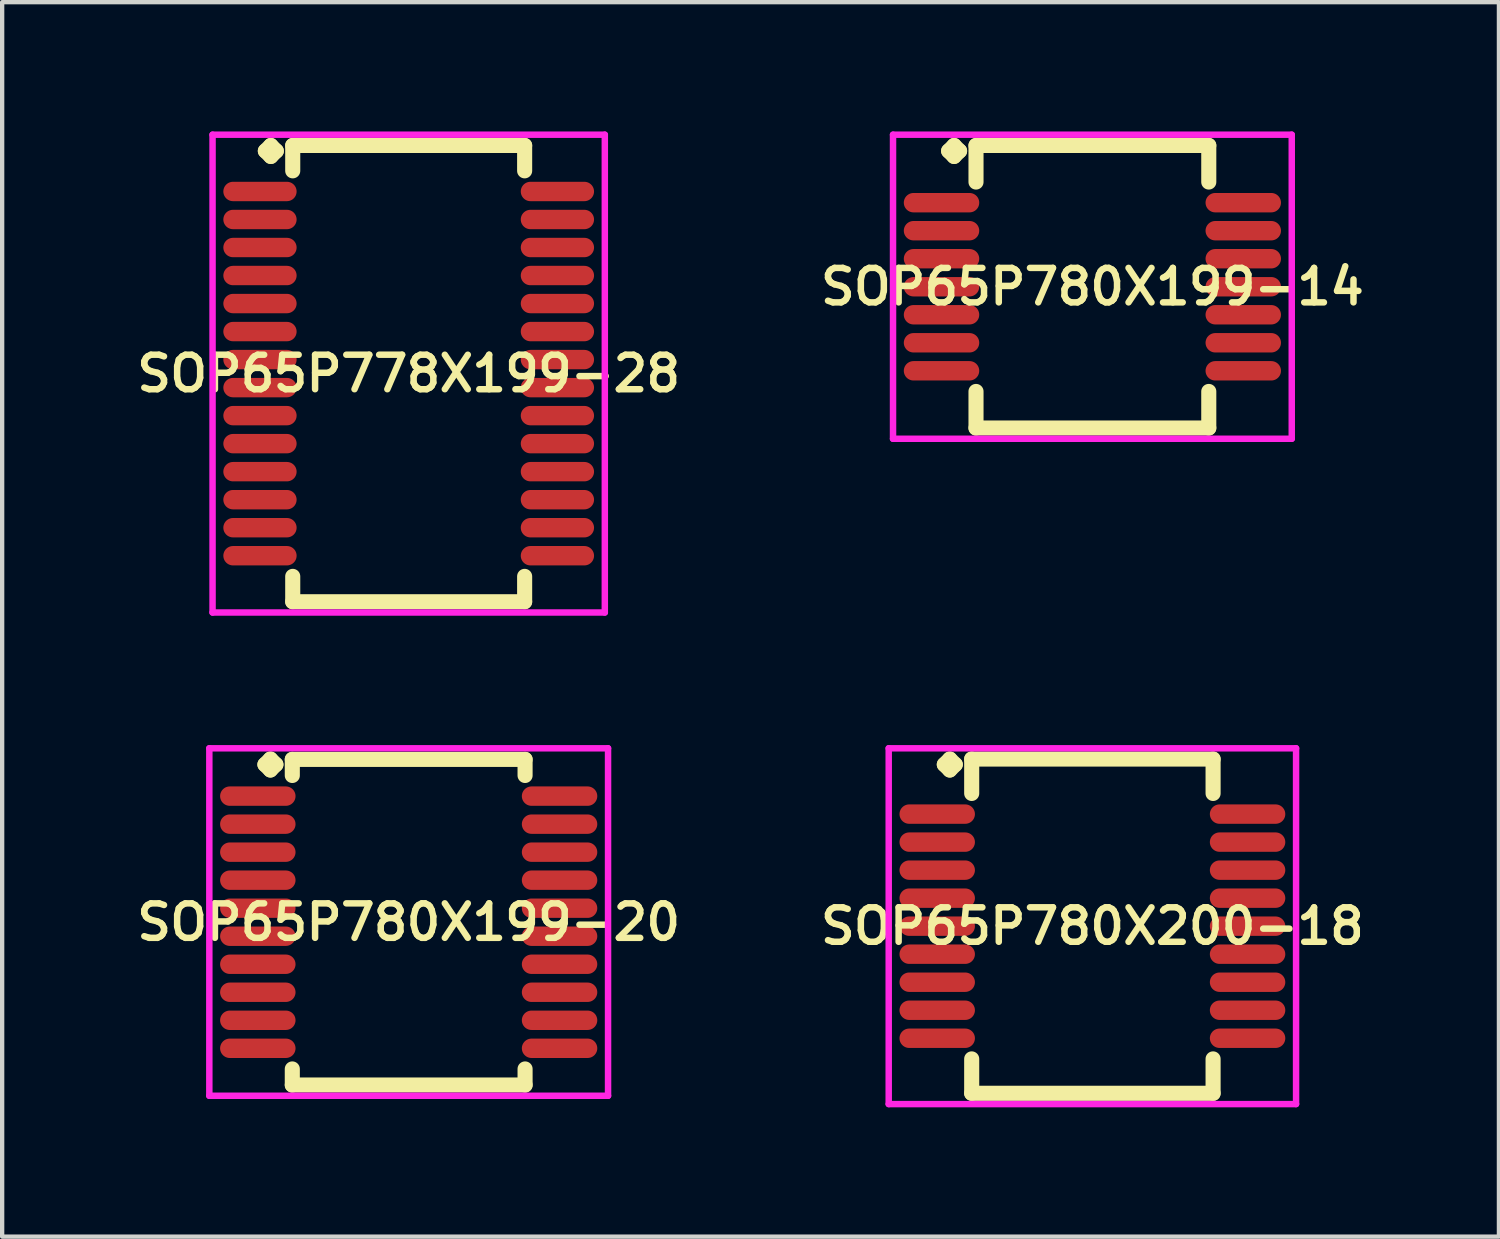
<source format=kicad_pcb>
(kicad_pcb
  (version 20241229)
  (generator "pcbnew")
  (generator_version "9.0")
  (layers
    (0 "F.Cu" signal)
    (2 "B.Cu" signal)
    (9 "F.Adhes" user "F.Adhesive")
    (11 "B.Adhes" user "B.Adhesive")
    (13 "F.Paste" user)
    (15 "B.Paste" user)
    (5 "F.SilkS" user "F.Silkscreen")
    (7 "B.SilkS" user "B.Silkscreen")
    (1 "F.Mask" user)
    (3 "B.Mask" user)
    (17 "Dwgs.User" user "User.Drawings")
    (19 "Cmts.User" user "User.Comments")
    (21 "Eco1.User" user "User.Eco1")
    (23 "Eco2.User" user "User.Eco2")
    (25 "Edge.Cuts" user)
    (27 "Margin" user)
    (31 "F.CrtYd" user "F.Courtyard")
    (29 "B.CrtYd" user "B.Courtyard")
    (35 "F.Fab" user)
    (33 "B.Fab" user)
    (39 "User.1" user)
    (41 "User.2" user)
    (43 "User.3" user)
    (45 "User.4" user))
  (footprint "SOP65P778X199-28"
    (layer "F.Cu")
    (at 6.431 5.617)
    (property "Reference" "SOP65P778X199-28" (at 0 0 0) (layer "F.SilkS") (effects (font (size 0.8 0.8) (thickness 0.15))))
    (attr smd)
    (fp_line (start -3.325 -5.165) (end -3.198 -5.292) (stroke (width 0.35) (type solid)) (layer "F.SilkS"))
    (fp_line (start -3.198 -5.292) (end -3.071 -5.165) (stroke (width 0.35) (type solid)) (layer "F.SilkS"))
    (fp_line (start -3.198 -5.038) (end -3.325 -5.165) (stroke (width 0.35) (type solid)) (layer "F.SilkS"))
    (fp_line (start -3.071 -5.165) (end -3.198 -5.038) (stroke (width 0.35) (type solid)) (layer "F.SilkS"))
    (fp_line (start -2.69 -5.292) (end 2.69 -5.292) (stroke (width 0.35) (type solid)) (layer "F.SilkS"))
    (fp_line (start -2.69 -4.704) (end -2.69 -5.292) (stroke (width 0.35) (type solid)) (layer "F.SilkS"))
    (fp_line (start -2.69 4.704) (end -2.69 5.292) (stroke (width 0.35) (type solid)) (layer "F.SilkS"))
    (fp_line (start -2.69 5.292) (end 2.69 5.292) (stroke (width 0.35) (type solid)) (layer "F.SilkS"))
    (fp_line (start 2.69 -5.292) (end 2.69 -4.704) (stroke (width 0.35) (type solid)) (layer "F.SilkS"))
    (fp_line (start 2.69 5.292) (end 2.69 4.704) (stroke (width 0.35) (type solid)) (layer "F.SilkS"))
    (fp_line (start -4.55 -5.542) (end 4.55 -5.542) (stroke (width 0.15) (type solid)) (layer "F.CrtYd"))
    (fp_line (start -4.55 5.542) (end -4.55 -5.542) (stroke (width 0.15) (type solid)) (layer "F.CrtYd"))
    (fp_line (start 4.55 -5.542) (end 4.55 5.542) (stroke (width 0.15) (type solid)) (layer "F.CrtYd"))
    (fp_line (start 4.55 5.542) (end -4.55 5.542) (stroke (width 0.15) (type solid)) (layer "F.CrtYd"))
    (pad "1" smd oval (at -3.45 -4.225) (size 1.7 0.45) (layers "F.Cu" "F.Mask" "F.Paste"))
    (pad "2" smd oval (at -3.45 -3.575) (size 1.7 0.45) (layers "F.Cu" "F.Mask" "F.Paste"))
    (pad "3" smd oval (at -3.45 -2.925) (size 1.7 0.45) (layers "F.Cu" "F.Mask" "F.Paste"))
    (pad "4" smd oval (at -3.45 -2.275) (size 1.7 0.45) (layers "F.Cu" "F.Mask" "F.Paste"))
    (pad "5" smd oval (at -3.45 -1.625) (size 1.7 0.45) (layers "F.Cu" "F.Mask" "F.Paste"))
    (pad "6" smd oval (at -3.45 -0.975) (size 1.7 0.45) (layers "F.Cu" "F.Mask" "F.Paste"))
    (pad "7" smd oval (at -3.45 -0.325) (size 1.7 0.45) (layers "F.Cu" "F.Mask" "F.Paste"))
    (pad "8" smd oval (at -3.45 0.325) (size 1.7 0.45) (layers "F.Cu" "F.Mask" "F.Paste"))
    (pad "9" smd oval (at -3.45 0.975) (size 1.7 0.45) (layers "F.Cu" "F.Mask" "F.Paste"))
    (pad "10" smd oval (at -3.45 1.625) (size 1.7 0.45) (layers "F.Cu" "F.Mask" "F.Paste"))
    (pad "11" smd oval (at -3.45 2.275) (size 1.7 0.45) (layers "F.Cu" "F.Mask" "F.Paste"))
    (pad "12" smd oval (at -3.45 2.925) (size 1.7 0.45) (layers "F.Cu" "F.Mask" "F.Paste"))
    (pad "13" smd oval (at -3.45 3.575) (size 1.7 0.45) (layers "F.Cu" "F.Mask" "F.Paste"))
    (pad "14" smd oval (at -3.45 4.225) (size 1.7 0.45) (layers "F.Cu" "F.Mask" "F.Paste"))
    (pad "15" smd oval (at 3.45 4.225) (size 1.7 0.45) (layers "F.Cu" "F.Mask" "F.Paste"))
    (pad "16" smd oval (at 3.45 3.575) (size 1.7 0.45) (layers "F.Cu" "F.Mask" "F.Paste"))
    (pad "17" smd oval (at 3.45 2.925) (size 1.7 0.45) (layers "F.Cu" "F.Mask" "F.Paste"))
    (pad "18" smd oval (at 3.45 2.275) (size 1.7 0.45) (layers "F.Cu" "F.Mask" "F.Paste"))
    (pad "19" smd oval (at 3.45 1.625) (size 1.7 0.45) (layers "F.Cu" "F.Mask" "F.Paste"))
    (pad "20" smd oval (at 3.45 0.975) (size 1.7 0.45) (layers "F.Cu" "F.Mask" "F.Paste"))
    (pad "21" smd oval (at 3.45 0.325) (size 1.7 0.45) (layers "F.Cu" "F.Mask" "F.Paste"))
    (pad "22" smd oval (at 3.45 -0.325) (size 1.7 0.45) (layers "F.Cu" "F.Mask" "F.Paste"))
    (pad "23" smd oval (at 3.45 -0.975) (size 1.7 0.45) (layers "F.Cu" "F.Mask" "F.Paste"))
    (pad "24" smd oval (at 3.45 -1.625) (size 1.7 0.45) (layers "F.Cu" "F.Mask" "F.Paste"))
    (pad "25" smd oval (at 3.45 -2.275) (size 1.7 0.45) (layers "F.Cu" "F.Mask" "F.Paste"))
    (pad "26" smd oval (at 3.45 -2.925) (size 1.7 0.45) (layers "F.Cu" "F.Mask" "F.Paste"))
    (pad "27" smd oval (at 3.45 -3.575) (size 1.7 0.45) (layers "F.Cu" "F.Mask" "F.Paste"))
    (pad "28" smd oval (at 3.45 -4.225) (size 1.7 0.45) (layers "F.Cu" "F.Mask" "F.Paste")))
  (footprint "SOP65P780X199-14"
    (layer "F.Cu")
    (at 22.292 3.602)
    (property "Reference" "SOP65P780X199-14" (at 0 0 0) (layer "F.SilkS") (effects (font (size 0.8 0.8) (thickness 0.15))))
    (attr smd)
    (fp_line (start -3.335 -3.15) (end -3.208 -3.277) (stroke (width 0.35) (type solid)) (layer "F.SilkS"))
    (fp_line (start -3.208 -3.277) (end -3.081 -3.15) (stroke (width 0.35) (type solid)) (layer "F.SilkS"))
    (fp_line (start -3.208 -3.023) (end -3.335 -3.15) (stroke (width 0.35) (type solid)) (layer "F.SilkS"))
    (fp_line (start -3.081 -3.15) (end -3.208 -3.023) (stroke (width 0.35) (type solid)) (layer "F.SilkS"))
    (fp_line (start -2.7 -3.277) (end 2.7 -3.277) (stroke (width 0.35) (type solid)) (layer "F.SilkS"))
    (fp_line (start -2.7 -2.429) (end -2.7 -3.277) (stroke (width 0.35) (type solid)) (layer "F.SilkS"))
    (fp_line (start -2.7 2.429) (end -2.7 3.277) (stroke (width 0.35) (type solid)) (layer "F.SilkS"))
    (fp_line (start -2.7 3.277) (end 2.7 3.277) (stroke (width 0.35) (type solid)) (layer "F.SilkS"))
    (fp_line (start 2.7 -3.277) (end 2.7 -2.429) (stroke (width 0.35) (type solid)) (layer "F.SilkS"))
    (fp_line (start 2.7 3.277) (end 2.7 2.429) (stroke (width 0.35) (type solid)) (layer "F.SilkS"))
    (fp_line (start -4.625 -3.527) (end 4.625 -3.527) (stroke (width 0.15) (type solid)) (layer "F.CrtYd"))
    (fp_line (start -4.625 3.527) (end -4.625 -3.527) (stroke (width 0.15) (type solid)) (layer "F.CrtYd"))
    (fp_line (start 4.625 -3.527) (end 4.625 3.527) (stroke (width 0.15) (type solid)) (layer "F.CrtYd"))
    (fp_line (start 4.625 3.527) (end -4.625 3.527) (stroke (width 0.15) (type solid)) (layer "F.CrtYd"))
    (pad "1" smd oval (at -3.5 -1.95) (size 1.75 0.45) (layers "F.Cu" "F.Mask" "F.Paste"))
    (pad "2" smd oval (at -3.5 -1.3) (size 1.75 0.45) (layers "F.Cu" "F.Mask" "F.Paste"))
    (pad "3" smd oval (at -3.5 -0.65) (size 1.75 0.45) (layers "F.Cu" "F.Mask" "F.Paste"))
    (pad "4" smd oval (at -3.5 0) (size 1.75 0.45) (layers "F.Cu" "F.Mask" "F.Paste"))
    (pad "5" smd oval (at -3.5 0.65) (size 1.75 0.45) (layers "F.Cu" "F.Mask" "F.Paste"))
    (pad "6" smd oval (at -3.5 1.3) (size 1.75 0.45) (layers "F.Cu" "F.Mask" "F.Paste"))
    (pad "7" smd oval (at -3.5 1.95) (size 1.75 0.45) (layers "F.Cu" "F.Mask" "F.Paste"))
    (pad "8" smd oval (at 3.5 1.95) (size 1.75 0.45) (layers "F.Cu" "F.Mask" "F.Paste"))
    (pad "9" smd oval (at 3.5 1.3) (size 1.75 0.45) (layers "F.Cu" "F.Mask" "F.Paste"))
    (pad "10" smd oval (at 3.5 0.65) (size 1.75 0.45) (layers "F.Cu" "F.Mask" "F.Paste"))
    (pad "11" smd oval (at 3.5 0) (size 1.75 0.45) (layers "F.Cu" "F.Mask" "F.Paste"))
    (pad "12" smd oval (at 3.5 -0.65) (size 1.75 0.45) (layers "F.Cu" "F.Mask" "F.Paste"))
    (pad "13" smd oval (at 3.5 -1.3) (size 1.75 0.45) (layers "F.Cu" "F.Mask" "F.Paste"))
    (pad "14" smd oval (at 3.5 -1.95) (size 1.75 0.45) (layers "F.Cu" "F.Mask" "F.Paste")))
  (footprint "SOP65P780X199-20"
    (layer "F.Cu")
    (at 6.431 18.344)
    (property "Reference" "SOP65P780X199-20" (at 0 0 0) (layer "F.SilkS") (effects (font (size 0.8 0.8) (thickness 0.15))))
    (attr smd)
    (fp_line (start -3.335 -3.658) (end -3.208 -3.785) (stroke (width 0.35) (type solid)) (layer "F.SilkS"))
    (fp_line (start -3.208 -3.785) (end -3.081 -3.658) (stroke (width 0.35) (type solid)) (layer "F.SilkS"))
    (fp_line (start -3.208 -3.531) (end -3.335 -3.658) (stroke (width 0.35) (type solid)) (layer "F.SilkS"))
    (fp_line (start -3.081 -3.658) (end -3.208 -3.531) (stroke (width 0.35) (type solid)) (layer "F.SilkS"))
    (fp_line (start -2.7 -3.777) (end 2.7 -3.777) (stroke (width 0.35) (type solid)) (layer "F.SilkS"))
    (fp_line (start -2.7 -3.404) (end -2.7 -3.777) (stroke (width 0.35) (type solid)) (layer "F.SilkS"))
    (fp_line (start -2.7 3.404) (end -2.7 3.777) (stroke (width 0.35) (type solid)) (layer "F.SilkS"))
    (fp_line (start -2.7 3.777) (end 2.7 3.777) (stroke (width 0.35) (type solid)) (layer "F.SilkS"))
    (fp_line (start 2.7 -3.777) (end 2.7 -3.404) (stroke (width 0.35) (type solid)) (layer "F.SilkS"))
    (fp_line (start 2.7 3.777) (end 2.7 3.404) (stroke (width 0.35) (type solid)) (layer "F.SilkS"))
    (fp_line (start -4.625 -4.035) (end 4.625 -4.035) (stroke (width 0.15) (type solid)) (layer "F.CrtYd"))
    (fp_line (start -4.625 4.027) (end -4.625 -4.035) (stroke (width 0.15) (type solid)) (layer "F.CrtYd"))
    (fp_line (start 4.625 -4.035) (end 4.625 4.027) (stroke (width 0.15) (type solid)) (layer "F.CrtYd"))
    (fp_line (start 4.625 4.027) (end -4.625 4.027) (stroke (width 0.15) (type solid)) (layer "F.CrtYd"))
    (pad "1" smd oval (at -3.5 -2.925) (size 1.75 0.45) (layers "F.Cu" "F.Mask" "F.Paste"))
    (pad "2" smd oval (at -3.5 -2.275) (size 1.75 0.45) (layers "F.Cu" "F.Mask" "F.Paste"))
    (pad "3" smd oval (at -3.5 -1.625) (size 1.75 0.45) (layers "F.Cu" "F.Mask" "F.Paste"))
    (pad "4" smd oval (at -3.5 -0.975) (size 1.75 0.45) (layers "F.Cu" "F.Mask" "F.Paste"))
    (pad "5" smd oval (at -3.5 -0.325) (size 1.75 0.45) (layers "F.Cu" "F.Mask" "F.Paste"))
    (pad "6" smd oval (at -3.5 0.325) (size 1.75 0.45) (layers "F.Cu" "F.Mask" "F.Paste"))
    (pad "7" smd oval (at -3.5 0.975) (size 1.75 0.45) (layers "F.Cu" "F.Mask" "F.Paste"))
    (pad "8" smd oval (at -3.5 1.625) (size 1.75 0.45) (layers "F.Cu" "F.Mask" "F.Paste"))
    (pad "9" smd oval (at -3.5 2.275) (size 1.75 0.45) (layers "F.Cu" "F.Mask" "F.Paste"))
    (pad "10" smd oval (at -3.5 2.925) (size 1.75 0.45) (layers "F.Cu" "F.Mask" "F.Paste"))
    (pad "11" smd oval (at 3.5 2.925) (size 1.75 0.45) (layers "F.Cu" "F.Mask" "F.Paste"))
    (pad "12" smd oval (at 3.5 2.275) (size 1.75 0.45) (layers "F.Cu" "F.Mask" "F.Paste"))
    (pad "13" smd oval (at 3.5 1.625) (size 1.75 0.45) (layers "F.Cu" "F.Mask" "F.Paste"))
    (pad "14" smd oval (at 3.5 0.975) (size 1.75 0.45) (layers "F.Cu" "F.Mask" "F.Paste"))
    (pad "15" smd oval (at 3.5 0.325) (size 1.75 0.45) (layers "F.Cu" "F.Mask" "F.Paste"))
    (pad "16" smd oval (at 3.5 -0.325) (size 1.75 0.45) (layers "F.Cu" "F.Mask" "F.Paste"))
    (pad "17" smd oval (at 3.5 -0.975) (size 1.75 0.45) (layers "F.Cu" "F.Mask" "F.Paste"))
    (pad "18" smd oval (at 3.5 -1.625) (size 1.75 0.45) (layers "F.Cu" "F.Mask" "F.Paste"))
    (pad "19" smd oval (at 3.5 -2.275) (size 1.75 0.45) (layers "F.Cu" "F.Mask" "F.Paste"))
    (pad "20" smd oval (at 3.5 -2.925) (size 1.75 0.45) (layers "F.Cu" "F.Mask" "F.Paste")))
  (footprint "SOP65P780X200-18"
    (layer "F.Cu")
    (at 22.292 18.436)
    (property "Reference" "SOP65P780X200-18" (at 0 0 0) (layer "F.SilkS") (effects (font (size 0.8 0.8) (thickness 0.15))))
    (attr smd)
    (fp_line (start -3.435 -3.75) (end -3.308 -3.877) (stroke (width 0.35) (type solid)) (layer "F.SilkS"))
    (fp_line (start -3.308 -3.877) (end -3.181 -3.75) (stroke (width 0.35) (type solid)) (layer "F.SilkS"))
    (fp_line (start -3.308 -3.623) (end -3.435 -3.75) (stroke (width 0.35) (type solid)) (layer "F.SilkS"))
    (fp_line (start -3.181 -3.75) (end -3.308 -3.623) (stroke (width 0.35) (type solid)) (layer "F.SilkS"))
    (fp_line (start -2.8 -3.877) (end 2.8 -3.877) (stroke (width 0.35) (type solid)) (layer "F.SilkS"))
    (fp_line (start -2.8 -3.079) (end -2.8 -3.877) (stroke (width 0.35) (type solid)) (layer "F.SilkS"))
    (fp_line (start -2.8 3.079) (end -2.8 3.877) (stroke (width 0.35) (type solid)) (layer "F.SilkS"))
    (fp_line (start -2.8 3.877) (end 2.8 3.877) (stroke (width 0.35) (type solid)) (layer "F.SilkS"))
    (fp_line (start 2.8 -3.877) (end 2.8 -3.079) (stroke (width 0.35) (type solid)) (layer "F.SilkS"))
    (fp_line (start 2.8 3.877) (end 2.8 3.079) (stroke (width 0.35) (type solid)) (layer "F.SilkS"))
    (fp_line (start -4.725 -4.127) (end 4.725 -4.127) (stroke (width 0.15) (type solid)) (layer "F.CrtYd"))
    (fp_line (start -4.725 4.127) (end -4.725 -4.127) (stroke (width 0.15) (type solid)) (layer "F.CrtYd"))
    (fp_line (start 4.725 -4.127) (end 4.725 4.127) (stroke (width 0.15) (type solid)) (layer "F.CrtYd"))
    (fp_line (start 4.725 4.127) (end -4.725 4.127) (stroke (width 0.15) (type solid)) (layer "F.CrtYd"))
    (pad "1" smd oval (at -3.6 -2.6) (size 1.75 0.45) (layers "F.Cu" "F.Mask" "F.Paste"))
    (pad "2" smd oval (at -3.6 -1.95) (size 1.75 0.45) (layers "F.Cu" "F.Mask" "F.Paste"))
    (pad "3" smd oval (at -3.6 -1.3) (size 1.75 0.45) (layers "F.Cu" "F.Mask" "F.Paste"))
    (pad "4" smd oval (at -3.6 -0.65) (size 1.75 0.45) (layers "F.Cu" "F.Mask" "F.Paste"))
    (pad "5" smd oval (at -3.6 0) (size 1.75 0.45) (layers "F.Cu" "F.Mask" "F.Paste"))
    (pad "6" smd oval (at -3.6 0.65) (size 1.75 0.45) (layers "F.Cu" "F.Mask" "F.Paste"))
    (pad "7" smd oval (at -3.6 1.3) (size 1.75 0.45) (layers "F.Cu" "F.Mask" "F.Paste"))
    (pad "8" smd oval (at -3.6 1.95) (size 1.75 0.45) (layers "F.Cu" "F.Mask" "F.Paste"))
    (pad "9" smd oval (at -3.6 2.6) (size 1.75 0.45) (layers "F.Cu" "F.Mask" "F.Paste"))
    (pad "10" smd oval (at 3.6 2.6) (size 1.75 0.45) (layers "F.Cu" "F.Mask" "F.Paste"))
    (pad "11" smd oval (at 3.6 1.95) (size 1.75 0.45) (layers "F.Cu" "F.Mask" "F.Paste"))
    (pad "12" smd oval (at 3.6 1.3) (size 1.75 0.45) (layers "F.Cu" "F.Mask" "F.Paste"))
    (pad "13" smd oval (at 3.6 0.65) (size 1.75 0.45) (layers "F.Cu" "F.Mask" "F.Paste"))
    (pad "14" smd oval (at 3.6 0) (size 1.75 0.45) (layers "F.Cu" "F.Mask" "F.Paste"))
    (pad "15" smd oval (at 3.6 -0.65) (size 1.75 0.45) (layers "F.Cu" "F.Mask" "F.Paste"))
    (pad "16" smd oval (at 3.6 -1.3) (size 1.75 0.45) (layers "F.Cu" "F.Mask" "F.Paste"))
    (pad "17" smd oval (at 3.6 -1.95) (size 1.75 0.45) (layers "F.Cu" "F.Mask" "F.Paste"))
    (pad "18" smd oval (at 3.6 -2.6) (size 1.75 0.45) (layers "F.Cu" "F.Mask" "F.Paste")))
  (gr_rect
    (start -3 -3)
    (end 31.723 25.638)
    (stroke (width 0.1) (type default))
    (fill no)
    (layer "Edge.Cuts")))
</source>
